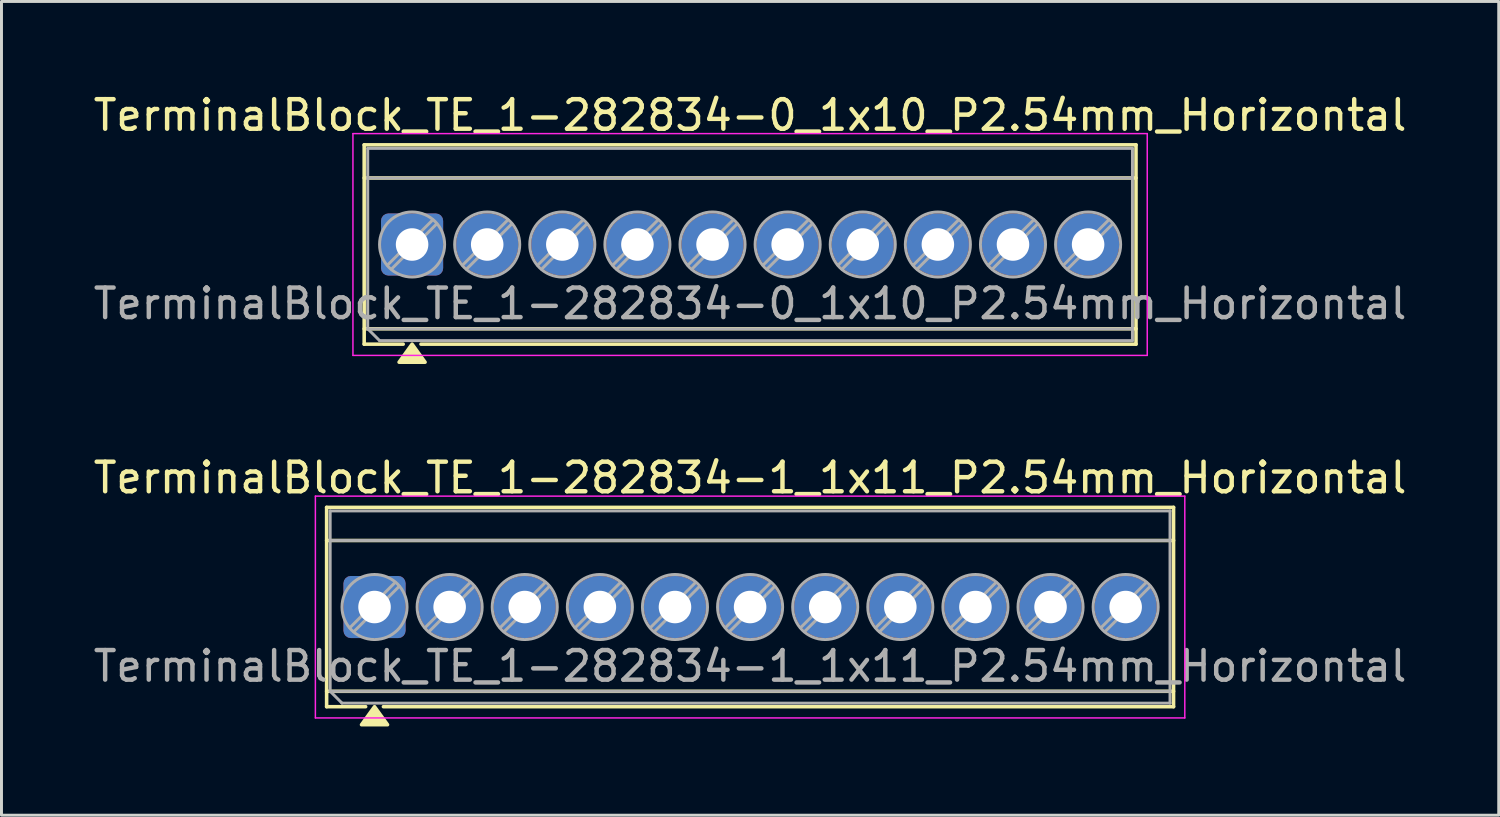
<source format=kicad_pcb>
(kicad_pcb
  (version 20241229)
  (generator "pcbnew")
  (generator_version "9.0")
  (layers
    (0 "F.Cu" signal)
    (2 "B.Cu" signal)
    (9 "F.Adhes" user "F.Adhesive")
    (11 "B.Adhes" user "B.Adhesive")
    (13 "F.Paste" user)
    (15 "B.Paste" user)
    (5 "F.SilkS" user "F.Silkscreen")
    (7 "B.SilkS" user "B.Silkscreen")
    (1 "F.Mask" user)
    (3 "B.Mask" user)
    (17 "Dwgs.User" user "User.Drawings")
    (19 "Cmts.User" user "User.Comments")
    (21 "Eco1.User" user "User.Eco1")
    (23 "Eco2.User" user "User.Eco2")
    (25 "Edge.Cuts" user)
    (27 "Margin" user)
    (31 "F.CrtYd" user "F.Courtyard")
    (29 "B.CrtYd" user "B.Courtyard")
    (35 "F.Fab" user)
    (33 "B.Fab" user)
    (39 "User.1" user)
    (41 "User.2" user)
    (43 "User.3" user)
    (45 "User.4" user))
  (footprint "TerminalBlock_TE_1-282834-1_1x11_P2.54mm_Horizontal"
    (layer "F.Cu")
    (at 9.615 17.477)
    (property "Reference" "TerminalBlock_TE_1-282834-1_1x11_P2.54mm_Horizontal" (at 12.7 -4.37 0) (layer "F.SilkS") (effects (font (size 1 1) (thickness 0.15))))
    (attr through_hole)
    (fp_line (start -1.62 -3.37) (end 27.02 -3.37) (stroke (width 0.12) (type solid)) (layer "F.SilkS"))
    (fp_line (start -1.62 -2.25) (end 27.02 -2.25) (stroke (width 0.12) (type solid)) (layer "F.SilkS"))
    (fp_line (start -1.62 2.85) (end 27.02 2.85) (stroke (width 0.12) (type solid)) (layer "F.SilkS"))
    (fp_line (start -1.62 3.37) (end -1.62 -3.37) (stroke (width 0.12) (type solid)) (layer "F.SilkS"))
    (fp_line (start -0.3 3.37) (end -1.62 3.37) (stroke (width 0.12) (type solid)) (layer "F.SilkS"))
    (fp_line (start 27.02 -3.37) (end 27.02 3.37) (stroke (width 0.12) (type solid)) (layer "F.SilkS"))
    (fp_line (start 27.02 3.37) (end 0.3 3.37) (stroke (width 0.12) (type solid)) (layer "F.SilkS"))
    (fp_poly (pts (xy 0 3.37) (xy 0.44 3.98) (xy -0.44 3.98)) (stroke (width 0.12) (type solid)) (fill yes) (layer "F.SilkS"))
    (fp_line (start -2 -3.75) (end -2 3.75) (stroke (width 0.05) (type solid)) (layer "F.CrtYd"))
    (fp_line (start -2 3.75) (end 27.4 3.75) (stroke (width 0.05) (type solid)) (layer "F.CrtYd"))
    (fp_line (start 27.4 -3.75) (end -2 -3.75) (stroke (width 0.05) (type solid)) (layer "F.CrtYd"))
    (fp_line (start 27.4 3.75) (end 27.4 -3.75) (stroke (width 0.05) (type solid)) (layer "F.CrtYd"))
    (fp_line (start -1.5 -3.25) (end 26.9 -3.25) (stroke (width 0.1) (type solid)) (layer "F.Fab"))
    (fp_line (start -1.5 -2.25) (end 26.9 -2.25) (stroke (width 0.1) (type solid)) (layer "F.Fab"))
    (fp_line (start -1.5 2.85) (end -1.5 -3.25) (stroke (width 0.1) (type solid)) (layer "F.Fab"))
    (fp_line (start -1.5 2.85) (end 26.9 2.85) (stroke (width 0.1) (type solid)) (layer "F.Fab"))
    (fp_line (start -1.1 3.25) (end -1.5 2.85) (stroke (width 0.1) (type solid)) (layer "F.Fab"))
    (fp_line (start 0.7 -0.834) (end -0.834 0.7) (stroke (width 0.1) (type solid)) (layer "F.Fab"))
    (fp_line (start 0.834 -0.7) (end -0.7 0.834) (stroke (width 0.1) (type solid)) (layer "F.Fab"))
    (fp_line (start 3.24 -0.834) (end 1.706 0.7) (stroke (width 0.1) (type solid)) (layer "F.Fab"))
    (fp_line (start 3.374 -0.7) (end 1.84 0.834) (stroke (width 0.1) (type solid)) (layer "F.Fab"))
    (fp_line (start 5.78 -0.834) (end 4.246 0.7) (stroke (width 0.1) (type solid)) (layer "F.Fab"))
    (fp_line (start 5.914 -0.7) (end 4.38 0.834) (stroke (width 0.1) (type solid)) (layer "F.Fab"))
    (fp_line (start 8.32 -0.834) (end 6.786 0.7) (stroke (width 0.1) (type solid)) (layer "F.Fab"))
    (fp_line (start 8.454 -0.7) (end 6.92 0.834) (stroke (width 0.1) (type solid)) (layer "F.Fab"))
    (fp_line (start 10.86 -0.834) (end 9.326 0.7) (stroke (width 0.1) (type solid)) (layer "F.Fab"))
    (fp_line (start 10.994 -0.7) (end 9.46 0.834) (stroke (width 0.1) (type solid)) (layer "F.Fab"))
    (fp_line (start 13.4 -0.834) (end 11.866 0.7) (stroke (width 0.1) (type solid)) (layer "F.Fab"))
    (fp_line (start 13.534 -0.7) (end 12 0.834) (stroke (width 0.1) (type solid)) (layer "F.Fab"))
    (fp_line (start 15.94 -0.834) (end 14.406 0.7) (stroke (width 0.1) (type solid)) (layer "F.Fab"))
    (fp_line (start 16.074 -0.7) (end 14.54 0.834) (stroke (width 0.1) (type solid)) (layer "F.Fab"))
    (fp_line (start 18.48 -0.834) (end 16.946 0.7) (stroke (width 0.1) (type solid)) (layer "F.Fab"))
    (fp_line (start 18.614 -0.7) (end 17.08 0.834) (stroke (width 0.1) (type solid)) (layer "F.Fab"))
    (fp_line (start 21.02 -0.834) (end 19.486 0.7) (stroke (width 0.1) (type solid)) (layer "F.Fab"))
    (fp_line (start 21.154 -0.7) (end 19.62 0.834) (stroke (width 0.1) (type solid)) (layer "F.Fab"))
    (fp_line (start 23.56 -0.834) (end 22.026 0.7) (stroke (width 0.1) (type solid)) (layer "F.Fab"))
    (fp_line (start 23.694 -0.7) (end 22.16 0.834) (stroke (width 0.1) (type solid)) (layer "F.Fab"))
    (fp_line (start 26.1 -0.834) (end 24.566 0.7) (stroke (width 0.1) (type solid)) (layer "F.Fab"))
    (fp_line (start 26.234 -0.7) (end 24.7 0.834) (stroke (width 0.1) (type solid)) (layer "F.Fab"))
    (fp_line (start 26.9 -3.25) (end 26.9 3.25) (stroke (width 0.1) (type solid)) (layer "F.Fab"))
    (fp_line (start 26.9 3.25) (end -1.1 3.25) (stroke (width 0.1) (type solid)) (layer "F.Fab"))
    (fp_circle (center 0 0) (end 1.1 0) (stroke (width 0.1) (type solid)) (fill no) (layer "F.Fab"))
    (fp_circle (center 2.54 0) (end 3.64 0) (stroke (width 0.1) (type solid)) (fill no) (layer "F.Fab"))
    (fp_circle (center 5.08 0) (end 6.18 0) (stroke (width 0.1) (type solid)) (fill no) (layer "F.Fab"))
    (fp_circle (center 7.62 0) (end 8.72 0) (stroke (width 0.1) (type solid)) (fill no) (layer "F.Fab"))
    (fp_circle (center 10.16 0) (end 11.26 0) (stroke (width 0.1) (type solid)) (fill no) (layer "F.Fab"))
    (fp_circle (center 12.7 0) (end 13.8 0) (stroke (width 0.1) (type solid)) (fill no) (layer "F.Fab"))
    (fp_circle (center 15.24 0) (end 16.34 0) (stroke (width 0.1) (type solid)) (fill no) (layer "F.Fab"))
    (fp_circle (center 17.78 0) (end 18.88 0) (stroke (width 0.1) (type solid)) (fill no) (layer "F.Fab"))
    (fp_circle (center 20.32 0) (end 21.42 0) (stroke (width 0.1) (type solid)) (fill no) (layer "F.Fab"))
    (fp_circle (center 22.86 0) (end 23.96 0) (stroke (width 0.1) (type solid)) (fill no) (layer "F.Fab"))
    (fp_circle (center 25.4 0) (end 26.5 0) (stroke (width 0.1) (type solid)) (fill no) (layer "F.Fab"))
    (fp_text user "${REFERENCE}" (at 12.7 2 0) (layer "F.Fab") (effects (font (size 1 1) (thickness 0.15))))
    (pad "1" thru_hole roundrect (at 0 0) (size 2.1 2.1) (drill 1.1) (layers "*.Cu" "*.Mask") (roundrect_rratio 0.119))
    (pad "2" thru_hole circle (at 2.54 0) (size 2.1 2.1) (drill 1.1) (layers "*.Cu" "*.Mask"))
    (pad "3" thru_hole circle (at 5.08 0) (size 2.1 2.1) (drill 1.1) (layers "*.Cu" "*.Mask"))
    (pad "4" thru_hole circle (at 7.62 0) (size 2.1 2.1) (drill 1.1) (layers "*.Cu" "*.Mask"))
    (pad "5" thru_hole circle (at 10.16 0) (size 2.1 2.1) (drill 1.1) (layers "*.Cu" "*.Mask"))
    (pad "6" thru_hole circle (at 12.7 0) (size 2.1 2.1) (drill 1.1) (layers "*.Cu" "*.Mask"))
    (pad "7" thru_hole circle (at 15.24 0) (size 2.1 2.1) (drill 1.1) (layers "*.Cu" "*.Mask"))
    (pad "8" thru_hole circle (at 17.78 0) (size 2.1 2.1) (drill 1.1) (layers "*.Cu" "*.Mask"))
    (pad "9" thru_hole circle (at 20.32 0) (size 2.1 2.1) (drill 1.1) (layers "*.Cu" "*.Mask"))
    (pad "10" thru_hole circle (at 22.86 0) (size 2.1 2.1) (drill 1.1) (layers "*.Cu" "*.Mask"))
    (pad "11" thru_hole circle (at 25.4 0) (size 2.1 2.1) (drill 1.1) (layers "*.Cu" "*.Mask")))
  (footprint "TerminalBlock_TE_1-282834-0_1x10_P2.54mm_Horizontal"
    (layer "F.Cu")
    (at 10.885 5.218)
    (property "Reference" "TerminalBlock_TE_1-282834-0_1x10_P2.54mm_Horizontal" (at 11.43 -4.37 0) (layer "F.SilkS") (effects (font (size 1 1) (thickness 0.15))))
    (attr through_hole)
    (fp_line (start -1.62 -3.37) (end 24.48 -3.37) (stroke (width 0.12) (type solid)) (layer "F.SilkS"))
    (fp_line (start -1.62 -2.25) (end 24.48 -2.25) (stroke (width 0.12) (type solid)) (layer "F.SilkS"))
    (fp_line (start -1.62 2.85) (end 24.48 2.85) (stroke (width 0.12) (type solid)) (layer "F.SilkS"))
    (fp_line (start -1.62 3.37) (end -1.62 -3.37) (stroke (width 0.12) (type solid)) (layer "F.SilkS"))
    (fp_line (start -0.3 3.37) (end -1.62 3.37) (stroke (width 0.12) (type solid)) (layer "F.SilkS"))
    (fp_line (start 24.48 -3.37) (end 24.48 3.37) (stroke (width 0.12) (type solid)) (layer "F.SilkS"))
    (fp_line (start 24.48 3.37) (end 0.3 3.37) (stroke (width 0.12) (type solid)) (layer "F.SilkS"))
    (fp_poly (pts (xy 0 3.37) (xy 0.44 3.98) (xy -0.44 3.98)) (stroke (width 0.12) (type solid)) (fill yes) (layer "F.SilkS"))
    (fp_line (start -2 -3.75) (end -2 3.75) (stroke (width 0.05) (type solid)) (layer "F.CrtYd"))
    (fp_line (start -2 3.75) (end 24.86 3.75) (stroke (width 0.05) (type solid)) (layer "F.CrtYd"))
    (fp_line (start 24.86 -3.75) (end -2 -3.75) (stroke (width 0.05) (type solid)) (layer "F.CrtYd"))
    (fp_line (start 24.86 3.75) (end 24.86 -3.75) (stroke (width 0.05) (type solid)) (layer "F.CrtYd"))
    (fp_line (start -1.5 -3.25) (end 24.36 -3.25) (stroke (width 0.1) (type solid)) (layer "F.Fab"))
    (fp_line (start -1.5 -2.25) (end 24.36 -2.25) (stroke (width 0.1) (type solid)) (layer "F.Fab"))
    (fp_line (start -1.5 2.85) (end -1.5 -3.25) (stroke (width 0.1) (type solid)) (layer "F.Fab"))
    (fp_line (start -1.5 2.85) (end 24.36 2.85) (stroke (width 0.1) (type solid)) (layer "F.Fab"))
    (fp_line (start -1.1 3.25) (end -1.5 2.85) (stroke (width 0.1) (type solid)) (layer "F.Fab"))
    (fp_line (start 0.7 -0.834) (end -0.834 0.7) (stroke (width 0.1) (type solid)) (layer "F.Fab"))
    (fp_line (start 0.834 -0.7) (end -0.7 0.834) (stroke (width 0.1) (type solid)) (layer "F.Fab"))
    (fp_line (start 3.24 -0.834) (end 1.706 0.7) (stroke (width 0.1) (type solid)) (layer "F.Fab"))
    (fp_line (start 3.374 -0.7) (end 1.84 0.834) (stroke (width 0.1) (type solid)) (layer "F.Fab"))
    (fp_line (start 5.78 -0.834) (end 4.246 0.7) (stroke (width 0.1) (type solid)) (layer "F.Fab"))
    (fp_line (start 5.914 -0.7) (end 4.38 0.834) (stroke (width 0.1) (type solid)) (layer "F.Fab"))
    (fp_line (start 8.32 -0.834) (end 6.786 0.7) (stroke (width 0.1) (type solid)) (layer "F.Fab"))
    (fp_line (start 8.454 -0.7) (end 6.92 0.834) (stroke (width 0.1) (type solid)) (layer "F.Fab"))
    (fp_line (start 10.86 -0.834) (end 9.326 0.7) (stroke (width 0.1) (type solid)) (layer "F.Fab"))
    (fp_line (start 10.994 -0.7) (end 9.46 0.834) (stroke (width 0.1) (type solid)) (layer "F.Fab"))
    (fp_line (start 13.4 -0.834) (end 11.866 0.7) (stroke (width 0.1) (type solid)) (layer "F.Fab"))
    (fp_line (start 13.534 -0.7) (end 12 0.834) (stroke (width 0.1) (type solid)) (layer "F.Fab"))
    (fp_line (start 15.94 -0.834) (end 14.406 0.7) (stroke (width 0.1) (type solid)) (layer "F.Fab"))
    (fp_line (start 16.074 -0.7) (end 14.54 0.834) (stroke (width 0.1) (type solid)) (layer "F.Fab"))
    (fp_line (start 18.48 -0.834) (end 16.946 0.7) (stroke (width 0.1) (type solid)) (layer "F.Fab"))
    (fp_line (start 18.614 -0.7) (end 17.08 0.834) (stroke (width 0.1) (type solid)) (layer "F.Fab"))
    (fp_line (start 21.02 -0.834) (end 19.486 0.7) (stroke (width 0.1) (type solid)) (layer "F.Fab"))
    (fp_line (start 21.154 -0.7) (end 19.62 0.834) (stroke (width 0.1) (type solid)) (layer "F.Fab"))
    (fp_line (start 23.56 -0.834) (end 22.026 0.7) (stroke (width 0.1) (type solid)) (layer "F.Fab"))
    (fp_line (start 23.694 -0.7) (end 22.16 0.834) (stroke (width 0.1) (type solid)) (layer "F.Fab"))
    (fp_line (start 24.36 -3.25) (end 24.36 3.25) (stroke (width 0.1) (type solid)) (layer "F.Fab"))
    (fp_line (start 24.36 3.25) (end -1.1 3.25) (stroke (width 0.1) (type solid)) (layer "F.Fab"))
    (fp_circle (center 0 0) (end 1.1 0) (stroke (width 0.1) (type solid)) (fill no) (layer "F.Fab"))
    (fp_circle (center 2.54 0) (end 3.64 0) (stroke (width 0.1) (type solid)) (fill no) (layer "F.Fab"))
    (fp_circle (center 5.08 0) (end 6.18 0) (stroke (width 0.1) (type solid)) (fill no) (layer "F.Fab"))
    (fp_circle (center 7.62 0) (end 8.72 0) (stroke (width 0.1) (type solid)) (fill no) (layer "F.Fab"))
    (fp_circle (center 10.16 0) (end 11.26 0) (stroke (width 0.1) (type solid)) (fill no) (layer "F.Fab"))
    (fp_circle (center 12.7 0) (end 13.8 0) (stroke (width 0.1) (type solid)) (fill no) (layer "F.Fab"))
    (fp_circle (center 15.24 0) (end 16.34 0) (stroke (width 0.1) (type solid)) (fill no) (layer "F.Fab"))
    (fp_circle (center 17.78 0) (end 18.88 0) (stroke (width 0.1) (type solid)) (fill no) (layer "F.Fab"))
    (fp_circle (center 20.32 0) (end 21.42 0) (stroke (width 0.1) (type solid)) (fill no) (layer "F.Fab"))
    (fp_circle (center 22.86 0) (end 23.96 0) (stroke (width 0.1) (type solid)) (fill no) (layer "F.Fab"))
    (fp_text user "${REFERENCE}" (at 11.43 2 0) (layer "F.Fab") (effects (font (size 1 1) (thickness 0.15))))
    (pad "1" thru_hole roundrect (at 0 0) (size 2.1 2.1) (drill 1.1) (layers "*.Cu" "*.Mask") (roundrect_rratio 0.119))
    (pad "2" thru_hole circle (at 2.54 0) (size 2.1 2.1) (drill 1.1) (layers "*.Cu" "*.Mask"))
    (pad "3" thru_hole circle (at 5.08 0) (size 2.1 2.1) (drill 1.1) (layers "*.Cu" "*.Mask"))
    (pad "4" thru_hole circle (at 7.62 0) (size 2.1 2.1) (drill 1.1) (layers "*.Cu" "*.Mask"))
    (pad "5" thru_hole circle (at 10.16 0) (size 2.1 2.1) (drill 1.1) (layers "*.Cu" "*.Mask"))
    (pad "6" thru_hole circle (at 12.7 0) (size 2.1 2.1) (drill 1.1) (layers "*.Cu" "*.Mask"))
    (pad "7" thru_hole circle (at 15.24 0) (size 2.1 2.1) (drill 1.1) (layers "*.Cu" "*.Mask"))
    (pad "8" thru_hole circle (at 17.78 0) (size 2.1 2.1) (drill 1.1) (layers "*.Cu" "*.Mask"))
    (pad "9" thru_hole circle (at 20.32 0) (size 2.1 2.1) (drill 1.1) (layers "*.Cu" "*.Mask"))
    (pad "10" thru_hole circle (at 22.86 0) (size 2.1 2.1) (drill 1.1) (layers "*.Cu" "*.Mask")))
  (gr_rect
    (start -3 -3)
    (end 47.631 24.517)
    (stroke (width 0.1) (type default))
    (fill no)
    (layer "Edge.Cuts")))
</source>
